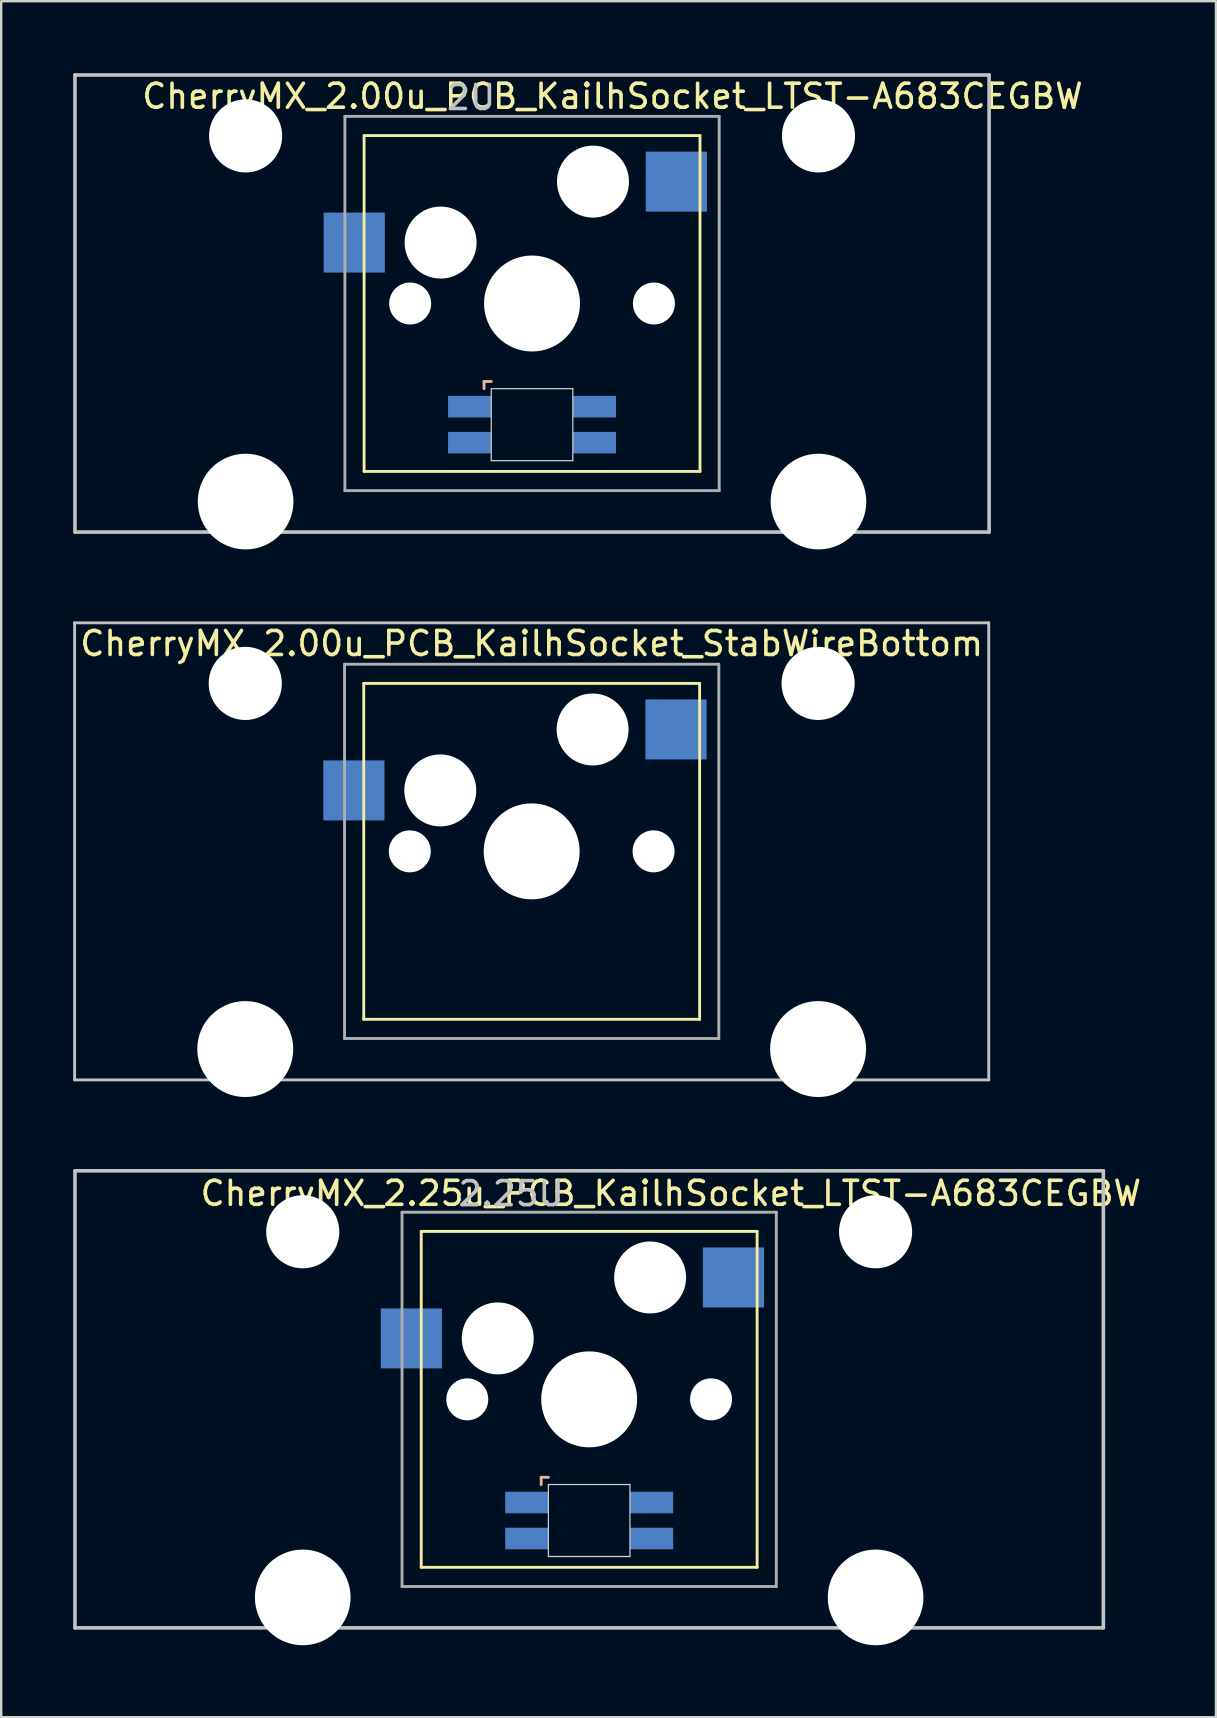
<source format=kicad_pcb>
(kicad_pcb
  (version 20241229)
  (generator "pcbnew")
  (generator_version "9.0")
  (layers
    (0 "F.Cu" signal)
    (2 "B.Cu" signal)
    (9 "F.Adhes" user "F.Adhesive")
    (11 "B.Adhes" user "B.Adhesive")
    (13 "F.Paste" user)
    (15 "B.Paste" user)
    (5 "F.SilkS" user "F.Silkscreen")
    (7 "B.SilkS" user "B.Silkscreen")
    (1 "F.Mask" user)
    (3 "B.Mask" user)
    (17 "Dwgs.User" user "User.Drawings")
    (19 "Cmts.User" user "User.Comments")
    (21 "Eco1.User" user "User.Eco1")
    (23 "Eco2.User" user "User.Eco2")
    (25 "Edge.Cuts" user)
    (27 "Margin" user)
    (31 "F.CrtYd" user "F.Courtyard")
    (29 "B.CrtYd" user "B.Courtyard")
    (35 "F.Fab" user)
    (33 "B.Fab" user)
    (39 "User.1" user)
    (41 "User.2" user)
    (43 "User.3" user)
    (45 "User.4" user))
  (footprint "CherryMX_2.25u_PCB_KailhSocket_LTST-A683CEGBW"
    (layer "F.Cu")
    (at 21.506 55.274)
    (property "Reference" "CherryMX_2.25u_PCB_KailhSocket_LTST-A683CEGBW" (at 3.404 -8.585 0) (layer "F.SilkS") (effects (font (size 1 1) (thickness 0.15))))
    (attr through_hole)
    (fp_line (start -7 -7) (end -7 7) (stroke (width 0.12) (type solid)) (layer "F.SilkS"))
    (fp_line (start -7 -7) (end 7 -7) (stroke (width 0.12) (type solid)) (layer "F.SilkS"))
    (fp_line (start 7 -7) (end 7 7) (stroke (width 0.12) (type solid)) (layer "F.SilkS"))
    (fp_line (start 7 7) (end -7 7) (stroke (width 0.12) (type solid)) (layer "F.SilkS"))
    (fp_line (start -2 3.25) (end -2 3.55) (stroke (width 0.12) (type solid)) (layer "B.SilkS"))
    (fp_line (start -1.7 3.25) (end -2 3.25) (stroke (width 0.12) (type solid)) (layer "B.SilkS"))
    (fp_line (start -21.431 -9.525) (end 21.431 -9.525) (stroke (width 0.15) (type solid)) (layer "Dwgs.User"))
    (fp_line (start -21.431 9.525) (end -21.431 -9.525) (stroke (width 0.15) (type solid)) (layer "Dwgs.User"))
    (fp_line (start -21.431 9.525) (end 21.431 9.525) (stroke (width 0.15) (type solid)) (layer "Dwgs.User"))
    (fp_line (start 21.431 -9.525) (end 21.431 9.525) (stroke (width 0.15) (type solid)) (layer "Dwgs.User"))
    (fp_line (start -1.7 3.55) (end 1.7 3.55) (stroke (width 0.05) (type solid)) (layer "Edge.Cuts"))
    (fp_line (start -1.7 6.55) (end -1.7 3.55) (stroke (width 0.05) (type solid)) (layer "Edge.Cuts"))
    (fp_line (start 1.7 3.55) (end 1.7 6.55) (stroke (width 0.05) (type solid)) (layer "Edge.Cuts"))
    (fp_line (start 1.7 6.55) (end -1.7 6.55) (stroke (width 0.05) (type solid)) (layer "Edge.Cuts"))
    (fp_line (start -7.8 -7.8) (end -7.8 7.8) (stroke (width 0.12) (type solid)) (layer "F.Fab"))
    (fp_line (start -7.8 -7.8) (end 7.8 -7.8) (stroke (width 0.12) (type solid)) (layer "F.Fab"))
    (fp_line (start -7.8 7.8) (end 7.8 7.8) (stroke (width 0.12) (type solid)) (layer "F.Fab"))
    (fp_line (start 7.8 -7.8) (end 7.8 7.8) (stroke (width 0.12) (type solid)) (layer "F.Fab"))
    (fp_text user "2.25U" (at -3.251 -8.572 0) (layer "Dwgs.User") (effects (font (size 1 1) (thickness 0.15))))
    (pad "" np_thru_hole circle (at -11.938 -6.985) (size 3.048 3.048) (drill 3.048) (layers "*.Cu" "*.Mask"))
    (pad "" np_thru_hole circle (at -11.938 8.255) (size 3.988 3.988) (drill 3.988) (layers "*.Cu" "*.Mask"))
    (pad "" np_thru_hole circle (at -5.08 0) (size 1.75 1.75) (drill 1.75) (layers "*.Cu" "*.Mask"))
    (pad "" np_thru_hole circle (at -3.81 -2.54) (size 3 3) (drill 3) (layers "*.Cu" "*.Mask"))
    (pad "" np_thru_hole circle (at 0 0) (size 4 4) (drill 4) (layers "*.Cu" "*.Mask"))
    (pad "" np_thru_hole circle (at 2.54 -5.08) (size 3 3) (drill 3) (layers "*.Cu" "*.Mask"))
    (pad "" np_thru_hole circle (at 5.08 0) (size 1.75 1.75) (drill 1.75) (layers "*.Cu" "*.Mask"))
    (pad "" np_thru_hole circle (at 11.938 -6.985) (size 3.048 3.048) (drill 3.048) (layers "*.Cu" "*.Mask"))
    (pad "" np_thru_hole circle (at 11.938 8.255) (size 3.988 3.988) (drill 3.988) (layers "*.Cu" "*.Mask"))
    (pad "1" smd rect (at -7.41 -2.54) (size 2.55 2.5) (layers "B.Cu" "B.Mask" "B.Paste"))
    (pad "2" smd rect (at 6.015 -5.08) (size 2.55 2.5) (layers "B.Cu" "B.Mask" "B.Paste"))
    (pad "3" smd rect (at -2.6 4.3) (size 1.8 0.9) (layers "B.Cu" "B.Mask" "B.Paste"))
    (pad "4" smd rect (at -2.6 5.8) (size 1.8 0.9) (layers "B.Cu" "B.Mask" "B.Paste"))
    (pad "5" smd rect (at 2.6 4.3) (size 1.8 0.9) (layers "B.Cu" "B.Mask" "B.Paste"))
    (pad "6" smd rect (at 2.6 5.8) (size 1.8 0.9) (layers "B.Cu" "B.Mask" "B.Paste")))
  (footprint "CherryMX_2.00u_PCB_KailhSocket_StabWireBottom"
    (layer "F.Cu")
    (at 19.11 32.434)
    (property "Reference" "CherryMX_2.00u_PCB_KailhSocket_StabWireBottom" (at 0 -8.662 0) (layer "F.SilkS") (effects (font (size 1 1) (thickness 0.15))))
    (attr through_hole)
    (fp_line (start -7 -7) (end -7 7) (stroke (width 0.12) (type solid)) (layer "F.SilkS"))
    (fp_line (start -7 -7) (end 7 -7) (stroke (width 0.12) (type solid)) (layer "F.SilkS"))
    (fp_line (start 7 -7) (end 7 7) (stroke (width 0.12) (type solid)) (layer "F.SilkS"))
    (fp_line (start 7 7) (end -7 7) (stroke (width 0.12) (type solid)) (layer "F.SilkS"))
    (fp_line (start -19.05 -9.525) (end 19.05 -9.525) (stroke (width 0.12) (type solid)) (layer "Dwgs.User"))
    (fp_line (start -19.05 9.525) (end -19.05 -9.525) (stroke (width 0.12) (type solid)) (layer "Dwgs.User"))
    (fp_line (start 19.05 -9.525) (end 19.05 9.525) (stroke (width 0.12) (type solid)) (layer "Dwgs.User"))
    (fp_line (start 19.05 9.525) (end -19.05 9.525) (stroke (width 0.12) (type solid)) (layer "Dwgs.User"))
    (fp_line (start -7.8 -7.8) (end -7.8 7.8) (stroke (width 0.12) (type solid)) (layer "F.Fab"))
    (fp_line (start -7.8 -7.8) (end 7.8 -7.8) (stroke (width 0.12) (type solid)) (layer "F.Fab"))
    (fp_line (start -7.8 7.8) (end 7.8 7.8) (stroke (width 0.12) (type solid)) (layer "F.Fab"))
    (fp_line (start 7.8 -7.8) (end 7.8 7.8) (stroke (width 0.12) (type solid)) (layer "F.Fab"))
    (pad "" np_thru_hole circle (at -11.938 -7) (size 3.05 3.05) (drill 3.05) (layers "*.Cu" "*.Mask"))
    (pad "" np_thru_hole circle (at -11.938 8.24) (size 4 4) (drill 4) (layers "*.Cu" "*.Mask"))
    (pad "" np_thru_hole circle (at -5.08 0) (size 1.75 1.75) (drill 1.75) (layers "*.Cu" "*.Mask"))
    (pad "" np_thru_hole circle (at -3.81 -2.54) (size 3 3) (drill 3) (layers "*.Cu" "*.Mask"))
    (pad "" np_thru_hole circle (at 0 0) (size 4 4) (drill 4) (layers "*.Cu" "*.Mask"))
    (pad "" np_thru_hole circle (at 2.54 -5.08) (size 3 3) (drill 3) (layers "*.Cu" "*.Mask"))
    (pad "" np_thru_hole circle (at 5.08 0) (size 1.75 1.75) (drill 1.75) (layers "*.Cu" "*.Mask"))
    (pad "" np_thru_hole circle (at 11.938 -7) (size 3.05 3.05) (drill 3.05) (layers "*.Cu" "*.Mask"))
    (pad "" np_thru_hole circle (at 11.938 8.24) (size 4 4) (drill 4) (layers "*.Cu" "*.Mask"))
    (pad "1" smd rect (at -7.41 -2.54) (size 2.55 2.5) (layers "B.Cu" "B.Mask" "B.Paste"))
    (pad "2" smd rect (at 6.015 -5.08) (size 2.55 2.5) (layers "B.Cu" "B.Mask" "B.Paste")))
  (footprint "CherryMX_2.00u_PCB_KailhSocket_LTST-A683CEGBW"
    (layer "F.Cu")
    (at 19.125 9.6)
    (property "Reference" "CherryMX_2.00u_PCB_KailhSocket_LTST-A683CEGBW" (at 3.353 -8.636 0) (layer "F.SilkS") (effects (font (size 1 1) (thickness 0.15))))
    (attr through_hole)
    (fp_line (start -7 -7) (end -7 7) (stroke (width 0.12) (type solid)) (layer "F.SilkS"))
    (fp_line (start -7 -7) (end 7 -7) (stroke (width 0.12) (type solid)) (layer "F.SilkS"))
    (fp_line (start 7 -7) (end 7 7) (stroke (width 0.12) (type solid)) (layer "F.SilkS"))
    (fp_line (start 7 7) (end -7 7) (stroke (width 0.12) (type solid)) (layer "F.SilkS"))
    (fp_line (start -2 3.25) (end -2 3.55) (stroke (width 0.12) (type solid)) (layer "B.SilkS"))
    (fp_line (start -1.7 3.25) (end -2 3.25) (stroke (width 0.12) (type solid)) (layer "B.SilkS"))
    (fp_line (start -19.05 -9.525) (end 19.05 -9.525) (stroke (width 0.15) (type solid)) (layer "Dwgs.User"))
    (fp_line (start -19.05 9.525) (end -19.05 -9.525) (stroke (width 0.15) (type solid)) (layer "Dwgs.User"))
    (fp_line (start -19.05 9.525) (end 19.05 9.525) (stroke (width 0.15) (type solid)) (layer "Dwgs.User"))
    (fp_line (start 19.05 -9.525) (end 19.05 9.525) (stroke (width 0.15) (type solid)) (layer "Dwgs.User"))
    (fp_line (start -1.7 3.55) (end 1.7 3.55) (stroke (width 0.05) (type solid)) (layer "Edge.Cuts"))
    (fp_line (start -1.7 6.55) (end -1.7 3.55) (stroke (width 0.05) (type solid)) (layer "Edge.Cuts"))
    (fp_line (start 1.7 3.55) (end 1.7 6.55) (stroke (width 0.05) (type solid)) (layer "Edge.Cuts"))
    (fp_line (start 1.7 6.55) (end -1.7 6.55) (stroke (width 0.05) (type solid)) (layer "Edge.Cuts"))
    (fp_line (start -7.8 -7.8) (end -7.8 7.8) (stroke (width 0.12) (type solid)) (layer "F.Fab"))
    (fp_line (start -7.8 -7.8) (end 7.8 -7.8) (stroke (width 0.12) (type solid)) (layer "F.Fab"))
    (fp_line (start -7.8 7.8) (end 7.8 7.8) (stroke (width 0.12) (type solid)) (layer "F.Fab"))
    (fp_line (start 7.8 -7.8) (end 7.8 7.8) (stroke (width 0.12) (type solid)) (layer "F.Fab"))
    (fp_text user "2U" (at -2.54 -8.585 0) (layer "Dwgs.User") (effects (font (size 1 1) (thickness 0.15))))
    (pad "" np_thru_hole circle (at -11.938 -6.985) (size 3.048 3.048) (drill 3.048) (layers "*.Cu" "*.Mask"))
    (pad "" np_thru_hole circle (at -11.938 8.255) (size 3.988 3.988) (drill 3.988) (layers "*.Cu" "*.Mask"))
    (pad "" np_thru_hole circle (at -5.08 0) (size 1.75 1.75) (drill 1.75) (layers "*.Cu" "*.Mask"))
    (pad "" np_thru_hole circle (at -3.81 -2.54) (size 3 3) (drill 3) (layers "*.Cu" "*.Mask"))
    (pad "" np_thru_hole circle (at 0 0) (size 4 4) (drill 4) (layers "*.Cu" "*.Mask"))
    (pad "" np_thru_hole circle (at 2.54 -5.08) (size 3 3) (drill 3) (layers "*.Cu" "*.Mask"))
    (pad "" np_thru_hole circle (at 5.08 0) (size 1.75 1.75) (drill 1.75) (layers "*.Cu" "*.Mask"))
    (pad "" np_thru_hole circle (at 11.938 -6.985) (size 3.048 3.048) (drill 3.048) (layers "*.Cu" "*.Mask"))
    (pad "" np_thru_hole circle (at 11.938 8.255) (size 3.988 3.988) (drill 3.988) (layers "*.Cu" "*.Mask"))
    (pad "1" smd rect (at -7.41 -2.54) (size 2.55 2.5) (layers "B.Cu" "B.Mask" "B.Paste"))
    (pad "2" smd rect (at 6.015 -5.08) (size 2.55 2.5) (layers "B.Cu" "B.Mask" "B.Paste"))
    (pad "3" smd rect (at -2.6 4.3) (size 1.8 0.9) (layers "B.Cu" "B.Mask" "B.Paste"))
    (pad "4" smd rect (at -2.6 5.8) (size 1.8 0.9) (layers "B.Cu" "B.Mask" "B.Paste"))
    (pad "5" smd rect (at 2.6 4.3) (size 1.8 0.9) (layers "B.Cu" "B.Mask" "B.Paste"))
    (pad "6" smd rect (at 2.6 5.8) (size 1.8 0.9) (layers "B.Cu" "B.Mask" "B.Paste")))
  (gr_rect
    (start -3 -3)
    (end 47.63 68.523)
    (stroke (width 0.1) (type default))
    (fill no)
    (layer "Edge.Cuts")))
</source>
